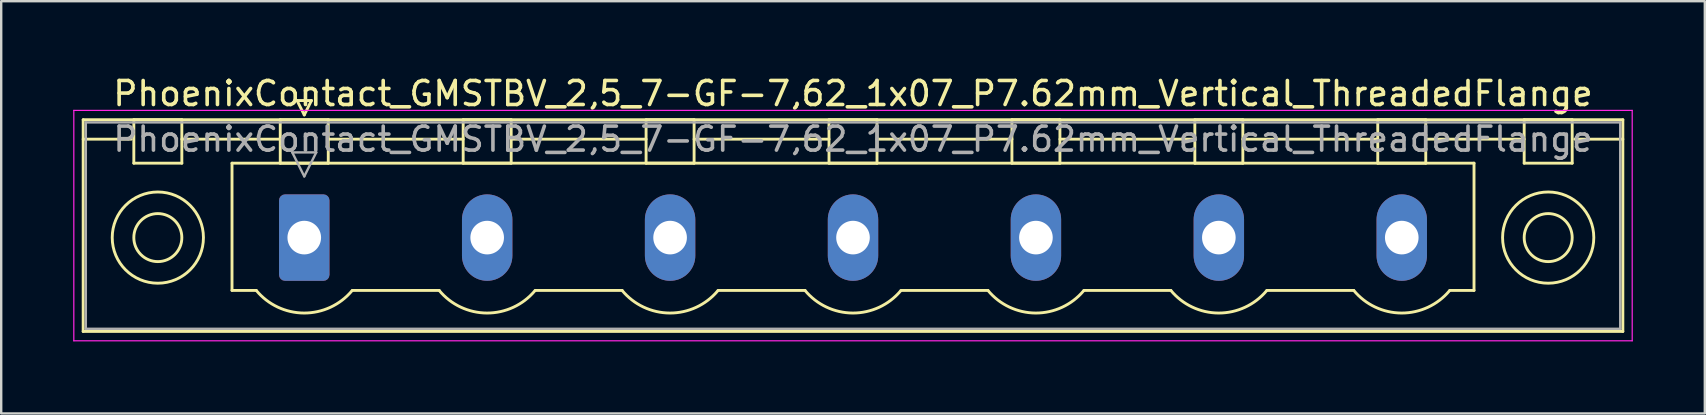
<source format=kicad_pcb>
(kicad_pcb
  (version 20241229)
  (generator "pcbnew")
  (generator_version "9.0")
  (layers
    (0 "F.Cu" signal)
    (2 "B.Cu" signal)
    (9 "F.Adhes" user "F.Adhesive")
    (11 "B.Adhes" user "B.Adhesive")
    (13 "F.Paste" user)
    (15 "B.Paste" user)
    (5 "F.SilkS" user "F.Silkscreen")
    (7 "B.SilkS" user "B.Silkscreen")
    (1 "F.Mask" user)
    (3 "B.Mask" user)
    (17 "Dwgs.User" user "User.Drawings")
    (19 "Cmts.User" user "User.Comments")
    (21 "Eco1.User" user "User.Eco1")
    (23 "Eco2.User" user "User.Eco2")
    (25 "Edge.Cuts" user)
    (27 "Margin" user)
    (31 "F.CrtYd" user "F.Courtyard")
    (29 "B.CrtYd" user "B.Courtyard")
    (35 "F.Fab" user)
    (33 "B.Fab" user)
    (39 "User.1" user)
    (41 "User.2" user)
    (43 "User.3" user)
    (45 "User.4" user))
  (footprint "PhoenixContact_GMSTBV_2,5_7-GF-7,62_1x07_P7.62mm_Vertical_ThreadedFlange"
    (layer "F.Cu")
    (at 9.625 6.848)
    (property "Reference" "PhoenixContact_GMSTBV_2,5_7-GF-7,62_1x07_P7.62mm_Vertical_ThreadedFlange" (at 22.86 -6 0) (layer "F.SilkS") (effects (font (size 1 1) (thickness 0.15))))
    (attr through_hole)
    (fp_line (start -9.21 -4.91) (end -9.21 3.91) (stroke (width 0.12) (type solid)) (layer "F.SilkS"))
    (fp_line (start -9.21 -4.1) (end -7.21 -4.1) (stroke (width 0.12) (type solid)) (layer "F.SilkS"))
    (fp_line (start -9.21 3.91) (end 54.93 3.91) (stroke (width 0.12) (type solid)) (layer "F.SilkS"))
    (fp_line (start -7.1 -4.91) (end -5.1 -4.91) (stroke (width 0.12) (type solid)) (layer "F.SilkS"))
    (fp_line (start -7.1 -3.1) (end -7.1 -4.91) (stroke (width 0.12) (type solid)) (layer "F.SilkS"))
    (fp_line (start -5.1 -4.91) (end -5.1 -3.1) (stroke (width 0.12) (type solid)) (layer "F.SilkS"))
    (fp_line (start -5.1 -4.1) (end -1 -4.1) (stroke (width 0.12) (type solid)) (layer "F.SilkS"))
    (fp_line (start -5.1 -3.1) (end -7.1 -3.1) (stroke (width 0.12) (type solid)) (layer "F.SilkS"))
    (fp_line (start -3.01 -3.1) (end 48.73 -3.1) (stroke (width 0.12) (type solid)) (layer "F.SilkS"))
    (fp_line (start -3.01 2.2) (end -3.01 -3.1) (stroke (width 0.12) (type solid)) (layer "F.SilkS"))
    (fp_line (start -2 2.2) (end -3.01 2.2) (stroke (width 0.12) (type solid)) (layer "F.SilkS"))
    (fp_line (start -1 -4.91) (end 1 -4.91) (stroke (width 0.12) (type solid)) (layer "F.SilkS"))
    (fp_line (start -1 -3.1) (end -1 -4.91) (stroke (width 0.12) (type solid)) (layer "F.SilkS"))
    (fp_line (start -0.3 -5.71) (end 0.3 -5.71) (stroke (width 0.12) (type solid)) (layer "F.SilkS"))
    (fp_line (start 0 -5.11) (end -0.3 -5.71) (stroke (width 0.12) (type solid)) (layer "F.SilkS"))
    (fp_line (start 0.3 -5.71) (end 0 -5.11) (stroke (width 0.12) (type solid)) (layer "F.SilkS"))
    (fp_line (start 1 -4.91) (end 1 -3.1) (stroke (width 0.12) (type solid)) (layer "F.SilkS"))
    (fp_line (start 1 -4.1) (end 6.62 -4.1) (stroke (width 0.12) (type solid)) (layer "F.SilkS"))
    (fp_line (start 1 -3.1) (end -1 -3.1) (stroke (width 0.12) (type solid)) (layer "F.SilkS"))
    (fp_line (start 2 2.2) (end 5.62 2.2) (stroke (width 0.12) (type solid)) (layer "F.SilkS"))
    (fp_line (start 6.62 -4.91) (end 8.62 -4.91) (stroke (width 0.12) (type solid)) (layer "F.SilkS"))
    (fp_line (start 6.62 -3.1) (end 6.62 -4.91) (stroke (width 0.12) (type solid)) (layer "F.SilkS"))
    (fp_line (start 8.62 -4.91) (end 8.62 -3.1) (stroke (width 0.12) (type solid)) (layer "F.SilkS"))
    (fp_line (start 8.62 -4.1) (end 14.24 -4.1) (stroke (width 0.12) (type solid)) (layer "F.SilkS"))
    (fp_line (start 8.62 -3.1) (end 6.62 -3.1) (stroke (width 0.12) (type solid)) (layer "F.SilkS"))
    (fp_line (start 9.62 2.2) (end 13.24 2.2) (stroke (width 0.12) (type solid)) (layer "F.SilkS"))
    (fp_line (start 14.24 -4.91) (end 16.24 -4.91) (stroke (width 0.12) (type solid)) (layer "F.SilkS"))
    (fp_line (start 14.24 -3.1) (end 14.24 -4.91) (stroke (width 0.12) (type solid)) (layer "F.SilkS"))
    (fp_line (start 16.24 -4.91) (end 16.24 -3.1) (stroke (width 0.12) (type solid)) (layer "F.SilkS"))
    (fp_line (start 16.24 -4.1) (end 21.86 -4.1) (stroke (width 0.12) (type solid)) (layer "F.SilkS"))
    (fp_line (start 16.24 -3.1) (end 14.24 -3.1) (stroke (width 0.12) (type solid)) (layer "F.SilkS"))
    (fp_line (start 17.24 2.2) (end 20.86 2.2) (stroke (width 0.12) (type solid)) (layer "F.SilkS"))
    (fp_line (start 21.86 -4.91) (end 23.86 -4.91) (stroke (width 0.12) (type solid)) (layer "F.SilkS"))
    (fp_line (start 21.86 -3.1) (end 21.86 -4.91) (stroke (width 0.12) (type solid)) (layer "F.SilkS"))
    (fp_line (start 23.86 -4.91) (end 23.86 -3.1) (stroke (width 0.12) (type solid)) (layer "F.SilkS"))
    (fp_line (start 23.86 -4.1) (end 29.48 -4.1) (stroke (width 0.12) (type solid)) (layer "F.SilkS"))
    (fp_line (start 23.86 -3.1) (end 21.86 -3.1) (stroke (width 0.12) (type solid)) (layer "F.SilkS"))
    (fp_line (start 24.86 2.2) (end 28.48 2.2) (stroke (width 0.12) (type solid)) (layer "F.SilkS"))
    (fp_line (start 29.48 -4.91) (end 31.48 -4.91) (stroke (width 0.12) (type solid)) (layer "F.SilkS"))
    (fp_line (start 29.48 -3.1) (end 29.48 -4.91) (stroke (width 0.12) (type solid)) (layer "F.SilkS"))
    (fp_line (start 31.48 -4.91) (end 31.48 -3.1) (stroke (width 0.12) (type solid)) (layer "F.SilkS"))
    (fp_line (start 31.48 -4.1) (end 37.1 -4.1) (stroke (width 0.12) (type solid)) (layer "F.SilkS"))
    (fp_line (start 31.48 -3.1) (end 29.48 -3.1) (stroke (width 0.12) (type solid)) (layer "F.SilkS"))
    (fp_line (start 32.48 2.2) (end 36.1 2.2) (stroke (width 0.12) (type solid)) (layer "F.SilkS"))
    (fp_line (start 37.1 -4.91) (end 39.1 -4.91) (stroke (width 0.12) (type solid)) (layer "F.SilkS"))
    (fp_line (start 37.1 -3.1) (end 37.1 -4.91) (stroke (width 0.12) (type solid)) (layer "F.SilkS"))
    (fp_line (start 39.1 -4.91) (end 39.1 -3.1) (stroke (width 0.12) (type solid)) (layer "F.SilkS"))
    (fp_line (start 39.1 -4.1) (end 44.72 -4.1) (stroke (width 0.12) (type solid)) (layer "F.SilkS"))
    (fp_line (start 39.1 -3.1) (end 37.1 -3.1) (stroke (width 0.12) (type solid)) (layer "F.SilkS"))
    (fp_line (start 40.1 2.2) (end 43.72 2.2) (stroke (width 0.12) (type solid)) (layer "F.SilkS"))
    (fp_line (start 44.72 -4.91) (end 46.72 -4.91) (stroke (width 0.12) (type solid)) (layer "F.SilkS"))
    (fp_line (start 44.72 -3.1) (end 44.72 -4.91) (stroke (width 0.12) (type solid)) (layer "F.SilkS"))
    (fp_line (start 46.72 -4.91) (end 46.72 -3.1) (stroke (width 0.12) (type solid)) (layer "F.SilkS"))
    (fp_line (start 46.72 -4.1) (end 50.82 -4.1) (stroke (width 0.12) (type solid)) (layer "F.SilkS"))
    (fp_line (start 46.72 -3.1) (end 44.72 -3.1) (stroke (width 0.12) (type solid)) (layer "F.SilkS"))
    (fp_line (start 48.73 -3.1) (end 48.73 2.2) (stroke (width 0.12) (type solid)) (layer "F.SilkS"))
    (fp_line (start 48.73 2.2) (end 47.72 2.2) (stroke (width 0.12) (type solid)) (layer "F.SilkS"))
    (fp_line (start 50.82 -4.91) (end 52.82 -4.91) (stroke (width 0.12) (type solid)) (layer "F.SilkS"))
    (fp_line (start 50.82 -3.1) (end 50.82 -4.91) (stroke (width 0.12) (type solid)) (layer "F.SilkS"))
    (fp_line (start 52.82 -4.91) (end 52.82 -3.1) (stroke (width 0.12) (type solid)) (layer "F.SilkS"))
    (fp_line (start 52.82 -3.1) (end 50.82 -3.1) (stroke (width 0.12) (type solid)) (layer "F.SilkS"))
    (fp_line (start 54.93 -4.91) (end -9.21 -4.91) (stroke (width 0.12) (type solid)) (layer "F.SilkS"))
    (fp_line (start 54.93 -4.1) (end 52.93 -4.1) (stroke (width 0.12) (type solid)) (layer "F.SilkS"))
    (fp_line (start 54.93 3.91) (end 54.93 -4.91) (stroke (width 0.12) (type solid)) (layer "F.SilkS"))
    (fp_arc (start 1.986842 2.215821) (mid -0.010289 3.142758) (end -2 2.2) (stroke (width 0.12) (type solid)) (layer "F.SilkS"))
    (fp_arc (start 9.606842 2.215821) (mid 7.609711 3.142758) (end 5.62 2.2) (stroke (width 0.12) (type solid)) (layer "F.SilkS"))
    (fp_arc (start 17.226842 2.215821) (mid 15.229711 3.142758) (end 13.24 2.2) (stroke (width 0.12) (type solid)) (layer "F.SilkS"))
    (fp_arc (start 24.846842 2.215821) (mid 22.849711 3.142758) (end 20.86 2.2) (stroke (width 0.12) (type solid)) (layer "F.SilkS"))
    (fp_arc (start 32.466842 2.215821) (mid 30.469711 3.142758) (end 28.48 2.2) (stroke (width 0.12) (type solid)) (layer "F.SilkS"))
    (fp_arc (start 40.086842 2.215821) (mid 38.089711 3.142758) (end 36.1 2.2) (stroke (width 0.12) (type solid)) (layer "F.SilkS"))
    (fp_arc (start 47.706842 2.215821) (mid 45.709711 3.142758) (end 43.72 2.2) (stroke (width 0.12) (type solid)) (layer "F.SilkS"))
    (fp_circle (center -6.1 0) (end -5.1 0) (stroke (width 0.12) (type solid)) (fill no) (layer "F.SilkS"))
    (fp_circle (center -6.1 0) (end -4.2 0) (stroke (width 0.12) (type solid)) (fill no) (layer "F.SilkS"))
    (fp_circle (center 51.82 0) (end 52.82 0) (stroke (width 0.12) (type solid)) (fill no) (layer "F.SilkS"))
    (fp_circle (center 51.82 0) (end 53.72 0) (stroke (width 0.12) (type solid)) (fill no) (layer "F.SilkS"))
    (fp_line (start -9.6 -5.3) (end -9.6 4.3) (stroke (width 0.05) (type solid)) (layer "F.CrtYd"))
    (fp_line (start -9.6 4.3) (end 55.32 4.3) (stroke (width 0.05) (type solid)) (layer "F.CrtYd"))
    (fp_line (start 55.32 -5.3) (end -9.6 -5.3) (stroke (width 0.05) (type solid)) (layer "F.CrtYd"))
    (fp_line (start 55.32 4.3) (end 55.32 -5.3) (stroke (width 0.05) (type solid)) (layer "F.CrtYd"))
    (fp_line (start -9.1 -4.8) (end -9.1 3.8) (stroke (width 0.1) (type solid)) (layer "F.Fab"))
    (fp_line (start -9.1 3.8) (end 54.82 3.8) (stroke (width 0.1) (type solid)) (layer "F.Fab"))
    (fp_line (start -0.5 -3.55) (end 0.5 -3.55) (stroke (width 0.1) (type solid)) (layer "F.Fab"))
    (fp_line (start 0 -2.55) (end -0.5 -3.55) (stroke (width 0.1) (type solid)) (layer "F.Fab"))
    (fp_line (start 0.5 -3.55) (end 0 -2.55) (stroke (width 0.1) (type solid)) (layer "F.Fab"))
    (fp_line (start 54.82 -4.8) (end -9.1 -4.8) (stroke (width 0.1) (type solid)) (layer "F.Fab"))
    (fp_line (start 54.82 3.8) (end 54.82 -4.8) (stroke (width 0.1) (type solid)) (layer "F.Fab"))
    (fp_text user "${REFERENCE}" (at 22.86 -4.1 0) (layer "F.Fab") (effects (font (size 1 1) (thickness 0.15))))
    (pad "1" thru_hole roundrect (at 0 0) (size 2.1 3.6) (drill 1.4) (layers "*.Cu" "*.Mask") (roundrect_rratio 0.119))
    (pad "2" thru_hole oval (at 7.62 0) (size 2.1 3.6) (drill 1.4) (layers "*.Cu" "*.Mask"))
    (pad "3" thru_hole oval (at 15.24 0) (size 2.1 3.6) (drill 1.4) (layers "*.Cu" "*.Mask"))
    (pad "4" thru_hole oval (at 22.86 0) (size 2.1 3.6) (drill 1.4) (layers "*.Cu" "*.Mask"))
    (pad "5" thru_hole oval (at 30.48 0) (size 2.1 3.6) (drill 1.4) (layers "*.Cu" "*.Mask"))
    (pad "6" thru_hole oval (at 38.1 0) (size 2.1 3.6) (drill 1.4) (layers "*.Cu" "*.Mask"))
    (pad "7" thru_hole oval (at 45.72 0) (size 2.1 3.6) (drill 1.4) (layers "*.Cu" "*.Mask")))
  (gr_rect
    (start -3 -3)
    (end 67.97 14.173)
    (stroke (width 0.1) (type default))
    (fill no)
    (layer "Edge.Cuts")))
</source>
